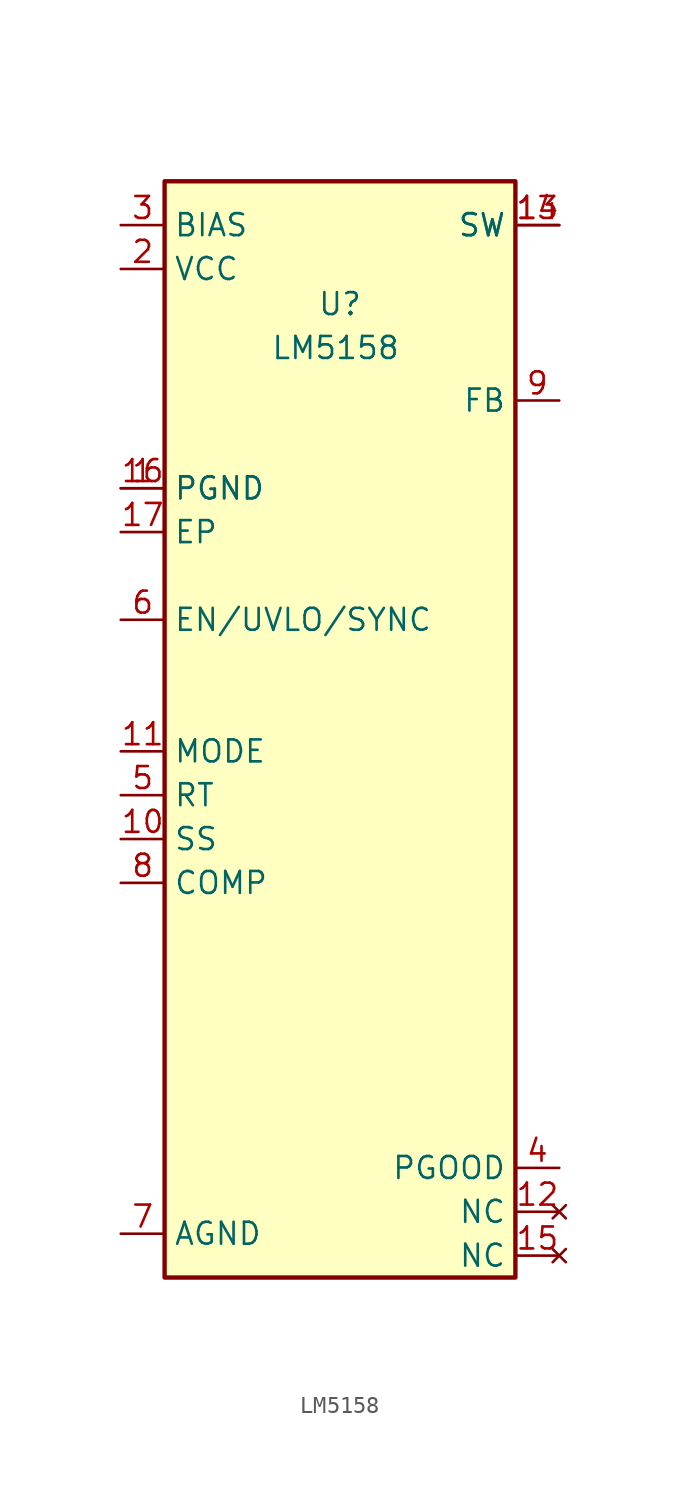
<source format=kicad_sym>
(kicad_symbol_lib
  (version 20231120)
  (generator "kicad_symbol_editor")
  (generator_version "8.0")
  (symbol "LM5158"
    (property "Reference" "U"
      (at 0 8.128 0)
      (effects (font (size 1.27 1.27))))
    (property "Value" "LM5158"
      (at -0.254 5.588 0)
      (effects (font (size 1.27 1.27))))
    (symbol "LM5158_0_0"
      (pin power_in line (at -12.7 -2.54 0) (length 2.54) (name "PGND" (effects (font (size 1.27 1.27)))) (number "1" (effects (font (size 1.27 1.27)))))
      (pin input line (at -12.7 -22.86 0) (length 2.54) (name "SS" (effects (font (size 1.27 1.27)))) (number "10" (effects (font (size 1.27 1.27)))))
      (pin input line (at -12.7 -17.78 0) (length 2.54) (name "MODE" (effects (font (size 1.27 1.27)))) (number "11" (effects (font (size 1.27 1.27)))))
      (pin no_connect line (at 12.7 -44.45 180) (length 2.54) (name "NC" (effects (font (size 1.27 1.27)))) (number "12" (effects (font (size 1.27 1.27)))))
      (pin power_out line (at 12.7 12.7 180) (length 2.54) (name "SW" (effects (font (size 1.27 1.27)))) (number "13" (effects (font (size 1.27 1.27)))))
      (pin power_out line (at 12.7 12.7 180) (length 2.54) (name "SW" (effects (font (size 1.27 1.27)))) (number "14" (effects (font (size 1.27 1.27)))))
      (pin no_connect line (at 12.7 -46.99 180) (length 2.54) (name "NC" (effects (font (size 1.27 1.27)))) (number "15" (effects (font (size 1.27 1.27)))))
      (pin power_in line (at -12.7 -2.54 0) (length 2.54) (name "PGND" (effects (font (size 1.27 1.27)))) (number "16" (effects (font (size 1.27 1.27)))))
      (pin power_in line (at -12.7 -5.08 0) (length 2.54) (name "EP" (effects (font (size 1.27 1.27)))) (number "17" (effects (font (size 1.27 1.27)))))
      (pin power_out line (at -12.7 10.16 0) (length 2.54) (name "VCC" (effects (font (size 1.27 1.27)))) (number "2" (effects (font (size 1.27 1.27)))))
      (pin output line (at 12.7 -41.91 180) (length 2.54) (name "PGOOD" (effects (font (size 1.27 1.27)))) (number "4" (effects (font (size 1.27 1.27)))))
      (pin input line (at -12.7 -20.32 0) (length 2.54) (name "RT" (effects (font (size 1.27 1.27)))) (number "5" (effects (font (size 1.27 1.27)))))
      (pin input line (at -12.7 -10.16 0) (length 2.54) (name "EN/UVLO/SYNC" (effects (font (size 1.27 1.27)))) (number "6" (effects (font (size 1.27 1.27)))))
      (pin power_in line (at -12.7 -45.72 0) (length 2.54) (name "AGND" (effects (font (size 1.27 1.27)))) (number "7" (effects (font (size 1.27 1.27)))))
      (pin output line (at -12.7 -25.4 0) (length 2.54) (name "COMP" (effects (font (size 1.27 1.27)))) (number "8" (effects (font (size 1.27 1.27)))))
      (pin input line (at 12.7 2.54 180) (length 2.54) (name "FB" (effects (font (size 1.27 1.27)))) (number "9" (effects (font (size 1.27 1.27))))))
    (symbol "LM5158_0_1"
      (rectangle (start -10.16 15.24) (end 10.16 -48.26) (stroke (width 0.254) (type default)) (fill (type background))))
    (symbol "LM5158_1_0"
      (pin power_in line (at -12.7 12.7 0) (length 2.54) (name "BIAS" (effects (font (size 1.27 1.27)))) (number "3" (effects (font (size 1.27 1.27))))))))
</source>
